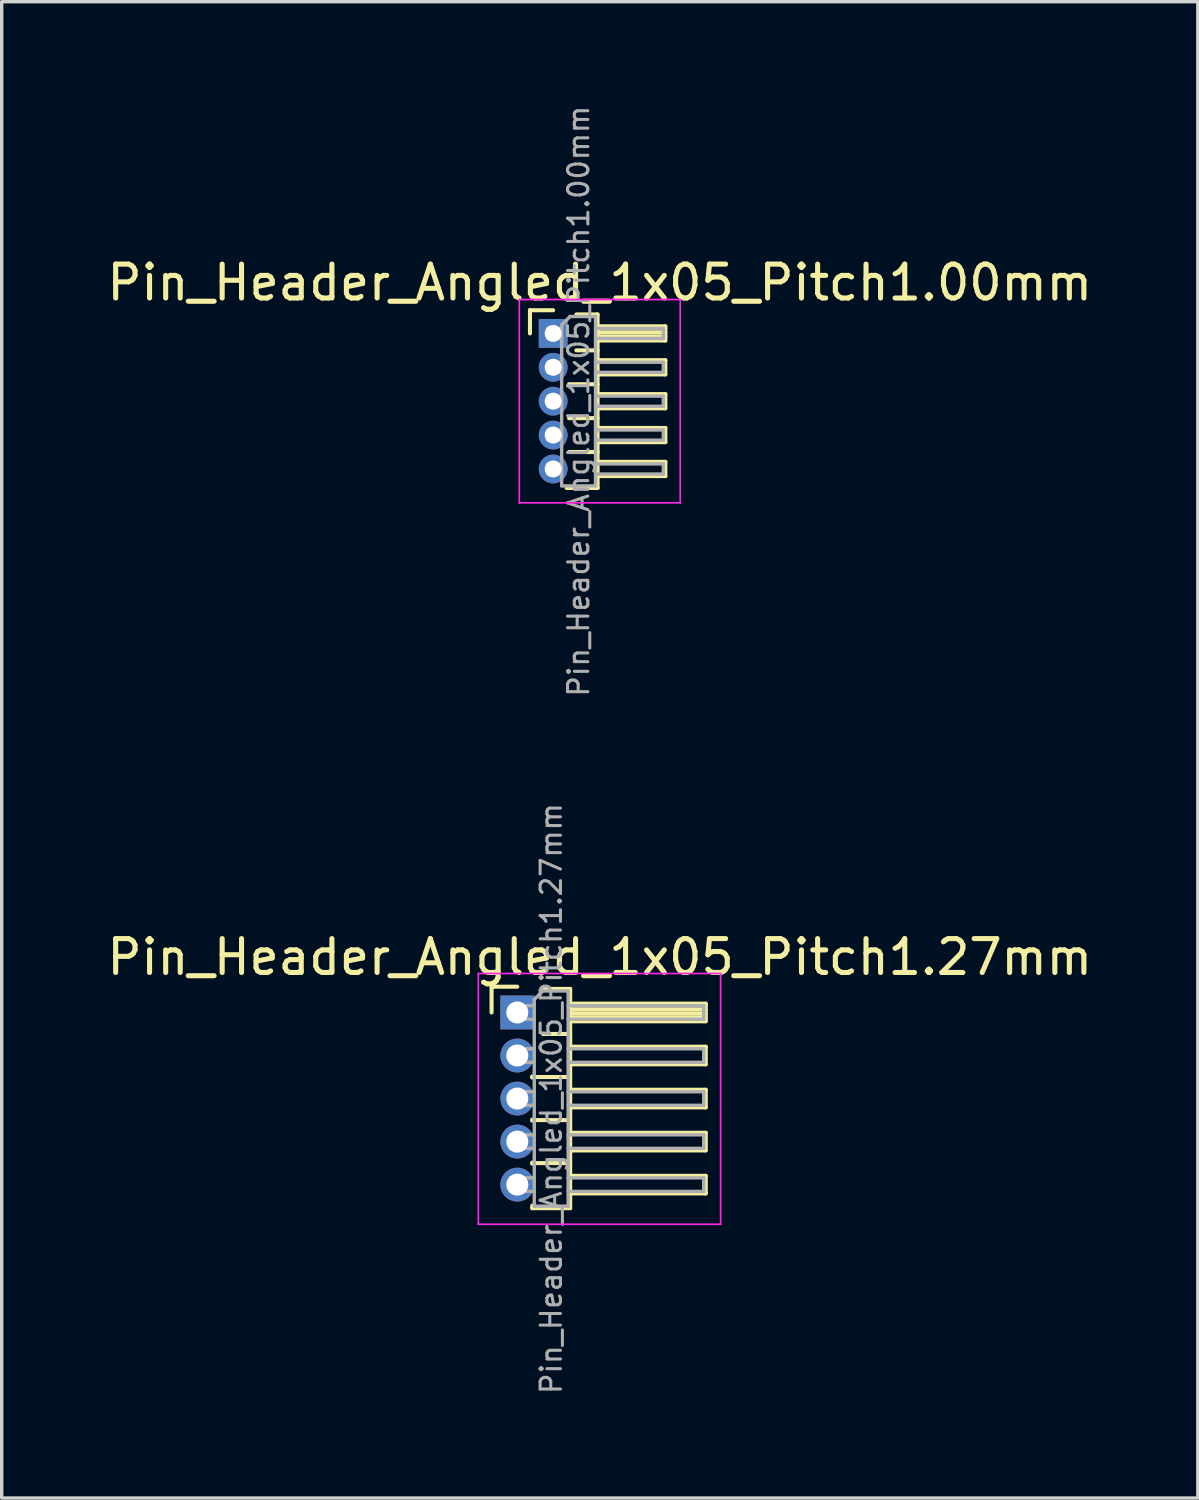
<source format=kicad_pcb>
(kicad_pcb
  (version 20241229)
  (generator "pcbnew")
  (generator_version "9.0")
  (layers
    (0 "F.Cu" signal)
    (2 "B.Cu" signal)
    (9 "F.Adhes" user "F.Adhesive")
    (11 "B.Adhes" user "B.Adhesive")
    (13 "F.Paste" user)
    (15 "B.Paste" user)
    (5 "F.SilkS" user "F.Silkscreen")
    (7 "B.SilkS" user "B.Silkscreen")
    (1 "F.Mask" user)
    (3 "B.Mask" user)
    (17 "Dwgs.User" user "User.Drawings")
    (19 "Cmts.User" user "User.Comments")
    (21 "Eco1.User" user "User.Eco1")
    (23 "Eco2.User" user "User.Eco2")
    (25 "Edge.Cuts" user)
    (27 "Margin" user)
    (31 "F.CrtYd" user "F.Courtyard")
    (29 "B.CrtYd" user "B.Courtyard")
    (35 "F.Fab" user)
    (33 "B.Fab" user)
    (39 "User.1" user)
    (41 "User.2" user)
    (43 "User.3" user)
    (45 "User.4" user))
  (footprint "Pin_Header_Angled_1x05_Pitch1.27mm"
    (layer "F.Cu")
    (at 12.216 26.828)
    (property "Reference" "Pin_Header_Angled_1x05_Pitch1.27mm" (at 2.433 -1.635 0) (layer "F.SilkS") (effects (font (size 1 1) (thickness 0.15))))
    (attr through_hole)
    (fp_line (start -0.76 -0.76) (end 0 -0.76) (stroke (width 0.12) (type solid)) (layer "F.SilkS"))
    (fp_line (start -0.76 0) (end -0.76 -0.76) (stroke (width 0.12) (type solid)) (layer "F.SilkS"))
    (fp_line (start 0.44 1.89) (end 0.44 1.92) (stroke (width 0.12) (type solid)) (layer "F.SilkS"))
    (fp_line (start 0.44 1.905) (end 1.56 1.905) (stroke (width 0.12) (type solid)) (layer "F.SilkS"))
    (fp_line (start 0.44 3.16) (end 0.44 3.19) (stroke (width 0.12) (type solid)) (layer "F.SilkS"))
    (fp_line (start 0.44 3.175) (end 1.56 3.175) (stroke (width 0.12) (type solid)) (layer "F.SilkS"))
    (fp_line (start 0.44 4.43) (end 0.44 4.46) (stroke (width 0.12) (type solid)) (layer "F.SilkS"))
    (fp_line (start 0.44 4.445) (end 1.56 4.445) (stroke (width 0.12) (type solid)) (layer "F.SilkS"))
    (fp_line (start 0.44 5.775) (end 0.44 5.7) (stroke (width 0.12) (type solid)) (layer "F.SilkS"))
    (fp_line (start 0.76 -0.695) (end 1.56 -0.695) (stroke (width 0.12) (type solid)) (layer "F.SilkS"))
    (fp_line (start 0.76 0.635) (end 1.56 0.635) (stroke (width 0.12) (type solid)) (layer "F.SilkS"))
    (fp_line (start 1.56 -0.695) (end 1.56 5.775) (stroke (width 0.12) (type solid)) (layer "F.SilkS"))
    (fp_line (start 1.56 -0.26) (end 5.56 -0.26) (stroke (width 0.12) (type solid)) (layer "F.SilkS"))
    (fp_line (start 1.56 -0.2) (end 5.56 -0.2) (stroke (width 0.12) (type solid)) (layer "F.SilkS"))
    (fp_line (start 1.56 -0.08) (end 5.56 -0.08) (stroke (width 0.12) (type solid)) (layer "F.SilkS"))
    (fp_line (start 1.56 0.04) (end 5.56 0.04) (stroke (width 0.12) (type solid)) (layer "F.SilkS"))
    (fp_line (start 1.56 0.16) (end 5.56 0.16) (stroke (width 0.12) (type solid)) (layer "F.SilkS"))
    (fp_line (start 1.56 1.01) (end 5.56 1.01) (stroke (width 0.12) (type solid)) (layer "F.SilkS"))
    (fp_line (start 1.56 2.28) (end 5.56 2.28) (stroke (width 0.12) (type solid)) (layer "F.SilkS"))
    (fp_line (start 1.56 3.55) (end 5.56 3.55) (stroke (width 0.12) (type solid)) (layer "F.SilkS"))
    (fp_line (start 1.56 4.82) (end 5.56 4.82) (stroke (width 0.12) (type solid)) (layer "F.SilkS"))
    (fp_line (start 1.56 5.775) (end 0.44 5.775) (stroke (width 0.12) (type solid)) (layer "F.SilkS"))
    (fp_line (start 5.56 -0.26) (end 5.56 0.26) (stroke (width 0.12) (type solid)) (layer "F.SilkS"))
    (fp_line (start 5.56 0.26) (end 1.56 0.26) (stroke (width 0.12) (type solid)) (layer "F.SilkS"))
    (fp_line (start 5.56 1.01) (end 5.56 1.53) (stroke (width 0.12) (type solid)) (layer "F.SilkS"))
    (fp_line (start 5.56 1.53) (end 1.56 1.53) (stroke (width 0.12) (type solid)) (layer "F.SilkS"))
    (fp_line (start 5.56 2.28) (end 5.56 2.8) (stroke (width 0.12) (type solid)) (layer "F.SilkS"))
    (fp_line (start 5.56 2.8) (end 1.56 2.8) (stroke (width 0.12) (type solid)) (layer "F.SilkS"))
    (fp_line (start 5.56 3.55) (end 5.56 4.07) (stroke (width 0.12) (type solid)) (layer "F.SilkS"))
    (fp_line (start 5.56 4.07) (end 1.56 4.07) (stroke (width 0.12) (type solid)) (layer "F.SilkS"))
    (fp_line (start 5.56 4.82) (end 5.56 5.34) (stroke (width 0.12) (type solid)) (layer "F.SilkS"))
    (fp_line (start 5.56 5.34) (end 1.56 5.34) (stroke (width 0.12) (type solid)) (layer "F.SilkS"))
    (fp_line (start -1.15 -1.15) (end -1.15 6.25) (stroke (width 0.05) (type solid)) (layer "F.CrtYd"))
    (fp_line (start -1.15 6.25) (end 6 6.25) (stroke (width 0.05) (type solid)) (layer "F.CrtYd"))
    (fp_line (start 6 -1.15) (end -1.15 -1.15) (stroke (width 0.05) (type solid)) (layer "F.CrtYd"))
    (fp_line (start 6 6.25) (end 6 -1.15) (stroke (width 0.05) (type solid)) (layer "F.CrtYd"))
    (fp_line (start -0.2 -0.2) (end -0.2 0.2) (stroke (width 0.1) (type solid)) (layer "F.Fab"))
    (fp_line (start -0.2 -0.2) (end 0.5 -0.2) (stroke (width 0.1) (type solid)) (layer "F.Fab"))
    (fp_line (start -0.2 0.2) (end 0.5 0.2) (stroke (width 0.1) (type solid)) (layer "F.Fab"))
    (fp_line (start -0.2 1.07) (end -0.2 1.47) (stroke (width 0.1) (type solid)) (layer "F.Fab"))
    (fp_line (start -0.2 1.07) (end 0.5 1.07) (stroke (width 0.1) (type solid)) (layer "F.Fab"))
    (fp_line (start -0.2 1.47) (end 0.5 1.47) (stroke (width 0.1) (type solid)) (layer "F.Fab"))
    (fp_line (start -0.2 2.34) (end -0.2 2.74) (stroke (width 0.1) (type solid)) (layer "F.Fab"))
    (fp_line (start -0.2 2.34) (end 0.5 2.34) (stroke (width 0.1) (type solid)) (layer "F.Fab"))
    (fp_line (start -0.2 2.74) (end 0.5 2.74) (stroke (width 0.1) (type solid)) (layer "F.Fab"))
    (fp_line (start -0.2 3.61) (end -0.2 4.01) (stroke (width 0.1) (type solid)) (layer "F.Fab"))
    (fp_line (start -0.2 3.61) (end 0.5 3.61) (stroke (width 0.1) (type solid)) (layer "F.Fab"))
    (fp_line (start -0.2 4.01) (end 0.5 4.01) (stroke (width 0.1) (type solid)) (layer "F.Fab"))
    (fp_line (start -0.2 4.88) (end -0.2 5.28) (stroke (width 0.1) (type solid)) (layer "F.Fab"))
    (fp_line (start -0.2 4.88) (end 0.5 4.88) (stroke (width 0.1) (type solid)) (layer "F.Fab"))
    (fp_line (start -0.2 5.28) (end 0.5 5.28) (stroke (width 0.1) (type solid)) (layer "F.Fab"))
    (fp_line (start 0.5 -0.385) (end 0.75 -0.635) (stroke (width 0.1) (type solid)) (layer "F.Fab"))
    (fp_line (start 0.5 5.715) (end 0.5 -0.385) (stroke (width 0.1) (type solid)) (layer "F.Fab"))
    (fp_line (start 0.75 -0.635) (end 1.5 -0.635) (stroke (width 0.1) (type solid)) (layer "F.Fab"))
    (fp_line (start 1.5 -0.635) (end 1.5 5.715) (stroke (width 0.1) (type solid)) (layer "F.Fab"))
    (fp_line (start 1.5 -0.2) (end 5.5 -0.2) (stroke (width 0.1) (type solid)) (layer "F.Fab"))
    (fp_line (start 1.5 0.2) (end 5.5 0.2) (stroke (width 0.1) (type solid)) (layer "F.Fab"))
    (fp_line (start 1.5 1.07) (end 5.5 1.07) (stroke (width 0.1) (type solid)) (layer "F.Fab"))
    (fp_line (start 1.5 1.47) (end 5.5 1.47) (stroke (width 0.1) (type solid)) (layer "F.Fab"))
    (fp_line (start 1.5 2.34) (end 5.5 2.34) (stroke (width 0.1) (type solid)) (layer "F.Fab"))
    (fp_line (start 1.5 2.74) (end 5.5 2.74) (stroke (width 0.1) (type solid)) (layer "F.Fab"))
    (fp_line (start 1.5 3.61) (end 5.5 3.61) (stroke (width 0.1) (type solid)) (layer "F.Fab"))
    (fp_line (start 1.5 4.01) (end 5.5 4.01) (stroke (width 0.1) (type solid)) (layer "F.Fab"))
    (fp_line (start 1.5 4.88) (end 5.5 4.88) (stroke (width 0.1) (type solid)) (layer "F.Fab"))
    (fp_line (start 1.5 5.28) (end 5.5 5.28) (stroke (width 0.1) (type solid)) (layer "F.Fab"))
    (fp_line (start 1.5 5.715) (end 0.5 5.715) (stroke (width 0.1) (type solid)) (layer "F.Fab"))
    (fp_line (start 5.5 -0.2) (end 5.5 0.2) (stroke (width 0.1) (type solid)) (layer "F.Fab"))
    (fp_line (start 5.5 1.07) (end 5.5 1.47) (stroke (width 0.1) (type solid)) (layer "F.Fab"))
    (fp_line (start 5.5 2.34) (end 5.5 2.74) (stroke (width 0.1) (type solid)) (layer "F.Fab"))
    (fp_line (start 5.5 3.61) (end 5.5 4.01) (stroke (width 0.1) (type solid)) (layer "F.Fab"))
    (fp_line (start 5.5 4.88) (end 5.5 5.28) (stroke (width 0.1) (type solid)) (layer "F.Fab"))
    (fp_text user "${REFERENCE}" (at 1 2.54 90) (layer "F.Fab") (effects (font (size 0.6 0.6) (thickness 0.09))))
    (pad "1" thru_hole rect (at 0 0) (size 1 1) (drill 0.65) (layers "*.Cu" "*.Mask"))
    (pad "2" thru_hole oval (at 0 1.27) (size 1 1) (drill 0.65) (layers "*.Cu" "*.Mask"))
    (pad "3" thru_hole oval (at 0 2.54) (size 1 1) (drill 0.65) (layers "*.Cu" "*.Mask"))
    (pad "4" thru_hole oval (at 0 3.81) (size 1 1) (drill 0.65) (layers "*.Cu" "*.Mask"))
    (pad "5" thru_hole oval (at 0 5.08) (size 1 1) (drill 0.65) (layers "*.Cu" "*.Mask")))
  (footprint "Pin_Header_Angled_1x05_Pitch1.00mm"
    (layer "F.Cu")
    (at 13.274 6.789)
    (property "Reference" "Pin_Header_Angled_1x05_Pitch1.00mm" (at 1.375 -1.5 0) (layer "F.SilkS") (effects (font (size 1 1) (thickness 0.15))))
    (attr through_hole)
    (fp_line (start -0.685 -0.685) (end 0 -0.685) (stroke (width 0.12) (type solid)) (layer "F.SilkS"))
    (fp_line (start -0.685 0) (end -0.685 -0.685) (stroke (width 0.12) (type solid)) (layer "F.SilkS"))
    (fp_line (start 0.468 1.5) (end 1.31 1.5) (stroke (width 0.12) (type solid)) (layer "F.SilkS"))
    (fp_line (start 0.468 2.5) (end 1.31 2.5) (stroke (width 0.12) (type solid)) (layer "F.SilkS"))
    (fp_line (start 0.468 3.5) (end 1.31 3.5) (stroke (width 0.12) (type solid)) (layer "F.SilkS"))
    (fp_line (start 0.685 -0.56) (end 1.31 -0.56) (stroke (width 0.12) (type solid)) (layer "F.SilkS"))
    (fp_line (start 0.685 0.5) (end 1.31 0.5) (stroke (width 0.12) (type solid)) (layer "F.SilkS"))
    (fp_line (start 1.31 -0.56) (end 1.31 4.56) (stroke (width 0.12) (type solid)) (layer "F.SilkS"))
    (fp_line (start 1.31 -0.21) (end 3.31 -0.21) (stroke (width 0.12) (type solid)) (layer "F.SilkS"))
    (fp_line (start 1.31 -0.15) (end 3.31 -0.15) (stroke (width 0.12) (type solid)) (layer "F.SilkS"))
    (fp_line (start 1.31 -0.03) (end 3.31 -0.03) (stroke (width 0.12) (type solid)) (layer "F.SilkS"))
    (fp_line (start 1.31 0.09) (end 3.31 0.09) (stroke (width 0.12) (type solid)) (layer "F.SilkS"))
    (fp_line (start 1.31 0.79) (end 3.31 0.79) (stroke (width 0.12) (type solid)) (layer "F.SilkS"))
    (fp_line (start 1.31 1.79) (end 3.31 1.79) (stroke (width 0.12) (type solid)) (layer "F.SilkS"))
    (fp_line (start 1.31 2.79) (end 3.31 2.79) (stroke (width 0.12) (type solid)) (layer "F.SilkS"))
    (fp_line (start 1.31 3.79) (end 3.31 3.79) (stroke (width 0.12) (type solid)) (layer "F.SilkS"))
    (fp_line (start 1.31 4.56) (end 0.394 4.56) (stroke (width 0.12) (type solid)) (layer "F.SilkS"))
    (fp_line (start 3.31 -0.21) (end 3.31 0.21) (stroke (width 0.12) (type solid)) (layer "F.SilkS"))
    (fp_line (start 3.31 0.21) (end 1.31 0.21) (stroke (width 0.12) (type solid)) (layer "F.SilkS"))
    (fp_line (start 3.31 0.79) (end 3.31 1.21) (stroke (width 0.12) (type solid)) (layer "F.SilkS"))
    (fp_line (start 3.31 1.21) (end 1.31 1.21) (stroke (width 0.12) (type solid)) (layer "F.SilkS"))
    (fp_line (start 3.31 1.79) (end 3.31 2.21) (stroke (width 0.12) (type solid)) (layer "F.SilkS"))
    (fp_line (start 3.31 2.21) (end 1.31 2.21) (stroke (width 0.12) (type solid)) (layer "F.SilkS"))
    (fp_line (start 3.31 2.79) (end 3.31 3.21) (stroke (width 0.12) (type solid)) (layer "F.SilkS"))
    (fp_line (start 3.31 3.21) (end 1.31 3.21) (stroke (width 0.12) (type solid)) (layer "F.SilkS"))
    (fp_line (start 3.31 3.79) (end 3.31 4.21) (stroke (width 0.12) (type solid)) (layer "F.SilkS"))
    (fp_line (start 3.31 4.21) (end 1.31 4.21) (stroke (width 0.12) (type solid)) (layer "F.SilkS"))
    (fp_line (start -1 -1) (end -1 5) (stroke (width 0.05) (type solid)) (layer "F.CrtYd"))
    (fp_line (start -1 5) (end 3.75 5) (stroke (width 0.05) (type solid)) (layer "F.CrtYd"))
    (fp_line (start 3.75 -1) (end -1 -1) (stroke (width 0.05) (type solid)) (layer "F.CrtYd"))
    (fp_line (start 3.75 5) (end 3.75 -1) (stroke (width 0.05) (type solid)) (layer "F.CrtYd"))
    (fp_line (start -0.15 -0.15) (end -0.15 0.15) (stroke (width 0.1) (type solid)) (layer "F.Fab"))
    (fp_line (start -0.15 -0.15) (end 0.25 -0.15) (stroke (width 0.1) (type solid)) (layer "F.Fab"))
    (fp_line (start -0.15 0.15) (end 0.25 0.15) (stroke (width 0.1) (type solid)) (layer "F.Fab"))
    (fp_line (start -0.15 0.85) (end -0.15 1.15) (stroke (width 0.1) (type solid)) (layer "F.Fab"))
    (fp_line (start -0.15 0.85) (end 0.25 0.85) (stroke (width 0.1) (type solid)) (layer "F.Fab"))
    (fp_line (start -0.15 1.15) (end 0.25 1.15) (stroke (width 0.1) (type solid)) (layer "F.Fab"))
    (fp_line (start -0.15 1.85) (end -0.15 2.15) (stroke (width 0.1) (type solid)) (layer "F.Fab"))
    (fp_line (start -0.15 1.85) (end 0.25 1.85) (stroke (width 0.1) (type solid)) (layer "F.Fab"))
    (fp_line (start -0.15 2.15) (end 0.25 2.15) (stroke (width 0.1) (type solid)) (layer "F.Fab"))
    (fp_line (start -0.15 2.85) (end -0.15 3.15) (stroke (width 0.1) (type solid)) (layer "F.Fab"))
    (fp_line (start -0.15 2.85) (end 0.25 2.85) (stroke (width 0.1) (type solid)) (layer "F.Fab"))
    (fp_line (start -0.15 3.15) (end 0.25 3.15) (stroke (width 0.1) (type solid)) (layer "F.Fab"))
    (fp_line (start -0.15 3.85) (end -0.15 4.15) (stroke (width 0.1) (type solid)) (layer "F.Fab"))
    (fp_line (start -0.15 3.85) (end 0.25 3.85) (stroke (width 0.1) (type solid)) (layer "F.Fab"))
    (fp_line (start -0.15 4.15) (end 0.25 4.15) (stroke (width 0.1) (type solid)) (layer "F.Fab"))
    (fp_line (start 0.25 -0.25) (end 0.5 -0.5) (stroke (width 0.1) (type solid)) (layer "F.Fab"))
    (fp_line (start 0.25 4.5) (end 0.25 -0.25) (stroke (width 0.1) (type solid)) (layer "F.Fab"))
    (fp_line (start 0.5 -0.5) (end 1.25 -0.5) (stroke (width 0.1) (type solid)) (layer "F.Fab"))
    (fp_line (start 1.25 -0.5) (end 1.25 4.5) (stroke (width 0.1) (type solid)) (layer "F.Fab"))
    (fp_line (start 1.25 -0.15) (end 3.25 -0.15) (stroke (width 0.1) (type solid)) (layer "F.Fab"))
    (fp_line (start 1.25 0.15) (end 3.25 0.15) (stroke (width 0.1) (type solid)) (layer "F.Fab"))
    (fp_line (start 1.25 0.85) (end 3.25 0.85) (stroke (width 0.1) (type solid)) (layer "F.Fab"))
    (fp_line (start 1.25 1.15) (end 3.25 1.15) (stroke (width 0.1) (type solid)) (layer "F.Fab"))
    (fp_line (start 1.25 1.85) (end 3.25 1.85) (stroke (width 0.1) (type solid)) (layer "F.Fab"))
    (fp_line (start 1.25 2.15) (end 3.25 2.15) (stroke (width 0.1) (type solid)) (layer "F.Fab"))
    (fp_line (start 1.25 2.85) (end 3.25 2.85) (stroke (width 0.1) (type solid)) (layer "F.Fab"))
    (fp_line (start 1.25 3.15) (end 3.25 3.15) (stroke (width 0.1) (type solid)) (layer "F.Fab"))
    (fp_line (start 1.25 3.85) (end 3.25 3.85) (stroke (width 0.1) (type solid)) (layer "F.Fab"))
    (fp_line (start 1.25 4.15) (end 3.25 4.15) (stroke (width 0.1) (type solid)) (layer "F.Fab"))
    (fp_line (start 1.25 4.5) (end 0.25 4.5) (stroke (width 0.1) (type solid)) (layer "F.Fab"))
    (fp_line (start 3.25 -0.15) (end 3.25 0.15) (stroke (width 0.1) (type solid)) (layer "F.Fab"))
    (fp_line (start 3.25 0.85) (end 3.25 1.15) (stroke (width 0.1) (type solid)) (layer "F.Fab"))
    (fp_line (start 3.25 1.85) (end 3.25 2.15) (stroke (width 0.1) (type solid)) (layer "F.Fab"))
    (fp_line (start 3.25 2.85) (end 3.25 3.15) (stroke (width 0.1) (type solid)) (layer "F.Fab"))
    (fp_line (start 3.25 3.85) (end 3.25 4.15) (stroke (width 0.1) (type solid)) (layer "F.Fab"))
    (fp_text user "${REFERENCE}" (at 0.75 2 90) (layer "F.Fab") (effects (font (size 0.6 0.6) (thickness 0.09))))
    (pad "1" thru_hole rect (at 0 0) (size 0.85 0.85) (drill 0.5) (layers "*.Cu" "*.Mask"))
    (pad "2" thru_hole oval (at 0 1) (size 0.85 0.85) (drill 0.5) (layers "*.Cu" "*.Mask"))
    (pad "3" thru_hole oval (at 0 2) (size 0.85 0.85) (drill 0.5) (layers "*.Cu" "*.Mask"))
    (pad "4" thru_hole oval (at 0 3) (size 0.85 0.85) (drill 0.5) (layers "*.Cu" "*.Mask"))
    (pad "5" thru_hole oval (at 0 4) (size 0.85 0.85) (drill 0.5) (layers "*.Cu" "*.Mask")))
  (gr_rect
    (start -3 -3)
    (end 32.298 41.157)
    (stroke (width 0.1) (type default))
    (fill no)
    (layer "Edge.Cuts")))
</source>
